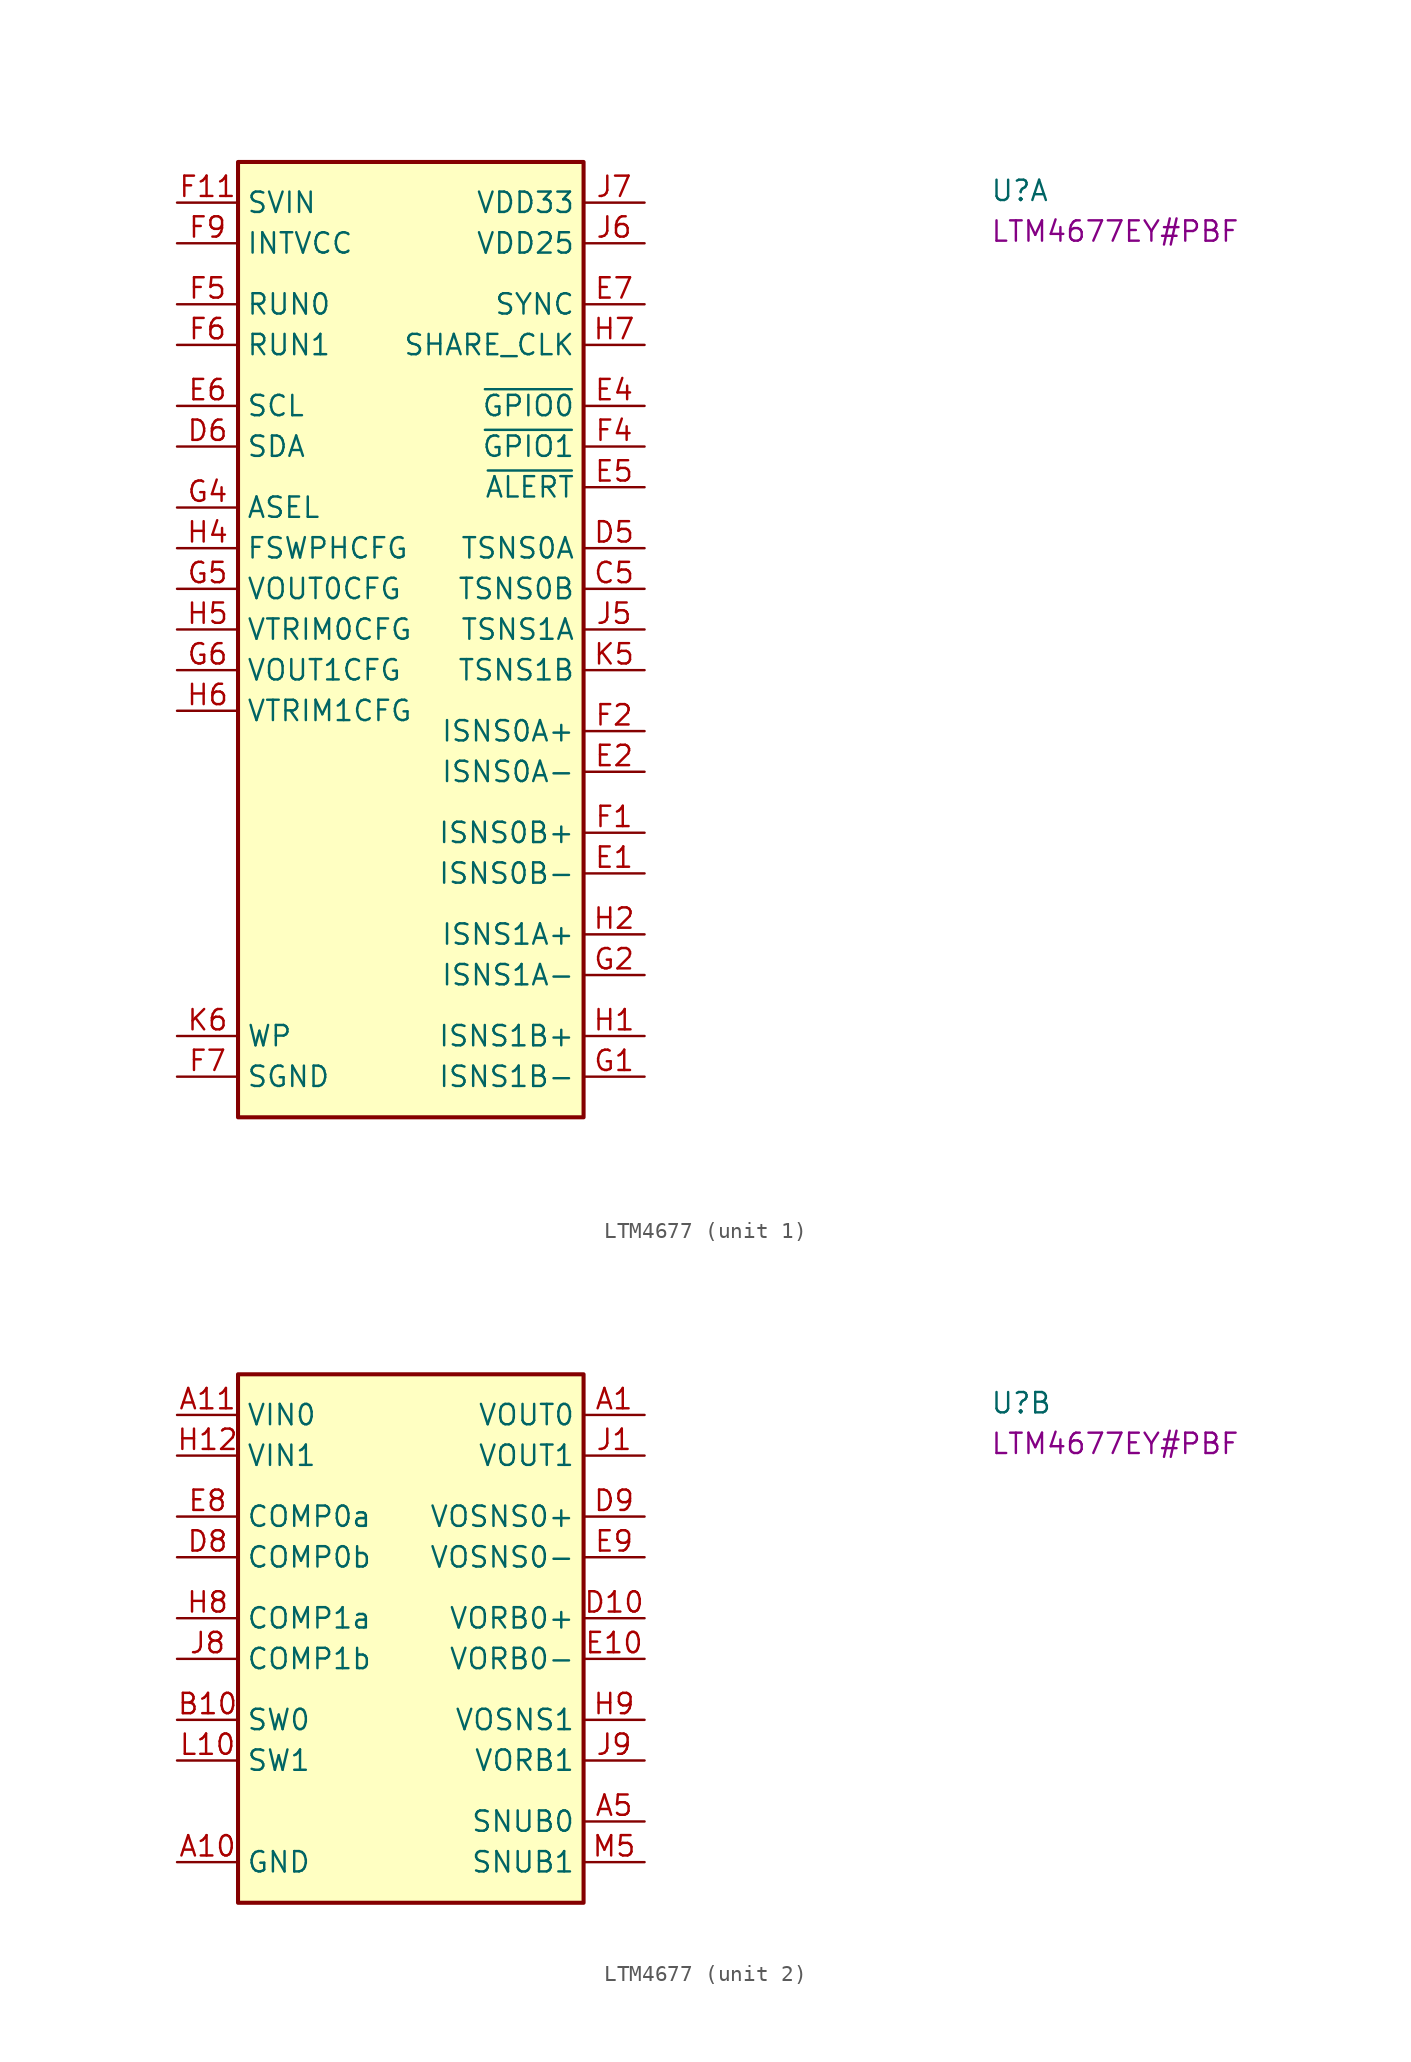
<source format=kicad_sym>
(kicad_symbol_lib
  (version 20220914)
  (generator kicad_symbol_editor)
  (symbol "LTM4677"
    (property "Reference" "U"
      (at 50.8 0 0)
      (effects (font (size 1.27 1.27) (thickness 0.15)) (justify left bottom)))
    (property "MPN" "LTM4677EY#PBF"
      (at 50.8 -2.54 0)
      (effects (font (size 1.27 1.27) (thickness 0.15)) (justify left bottom)))
    (property "ki_locked" ""
      (at 0 0 0)
      (effects (font (size 1.27 1.27))))
    (symbol "LTM4677_1_1"
      (rectangle (start 3.81 2.54) (end 25.4 -57.15) (stroke (width 0.254) (type default)) (fill (type background)))
      (pin no_connect line (at 3.81 -34.29 0) (length 3.81) hide (name "DNC" (effects (font (size 1.27 1.27)))) (number "C10" (effects (font (size 1.27 1.27)))))
      (pin passive line (at 29.21 -24.13 180) (length 3.81) (name "TSNS0B" (effects (font (size 1.27 1.27)))) (number "C5" (effects (font (size 1.27 1.27)))))
      (pin passive line (at 29.21 -21.59 180) (length 3.81) (name "TSNS0A" (effects (font (size 1.27 1.27)))) (number "D5" (effects (font (size 1.27 1.27)))))
      (pin bidirectional line (at 0 -15.24 0) (length 3.81) (name "SDA" (effects (font (size 1.27 1.27)))) (number "D6" (effects (font (size 1.27 1.27)))))
      (pin passive line (at 29.21 -41.91 180) (length 3.81) (name "ISNS0B-" (effects (font (size 1.27 1.27)))) (number "E1" (effects (font (size 1.27 1.27)))))
      (pin no_connect line (at 3.81 -35.56 0) (length 3.81) hide (name "DNC" (effects (font (size 1.27 1.27)))) (number "E11" (effects (font (size 1.27 1.27)))))
      (pin passive line (at 29.21 -35.56 180) (length 3.81) (name "ISNS0A-" (effects (font (size 1.27 1.27)))) (number "E2" (effects (font (size 1.27 1.27)))))
      (pin bidirectional line (at 29.21 -12.7 180) (length 3.81) (name "~{GPIO0}" (effects (font (size 1.27 1.27)))) (number "E4" (effects (font (size 1.27 1.27)))))
      (pin bidirectional line (at 29.21 -17.78 180) (length 3.81) (name "~{ALERT}" (effects (font (size 1.27 1.27)))) (number "E5" (effects (font (size 1.27 1.27)))))
      (pin input line (at 0 -12.7 0) (length 3.81) (name "SCL" (effects (font (size 1.27 1.27)))) (number "E6" (effects (font (size 1.27 1.27)))))
      (pin bidirectional line (at 29.21 -6.35 180) (length 3.81) (name "SYNC" (effects (font (size 1.27 1.27)))) (number "E7" (effects (font (size 1.27 1.27)))))
      (pin passive line (at 29.21 -39.37 180) (length 3.81) (name "ISNS0B+" (effects (font (size 1.27 1.27)))) (number "F1" (effects (font (size 1.27 1.27)))))
      (pin input line (at 0 0 0) (length 3.81) (name "SVIN" (effects (font (size 1.27 1.27)))) (number "F11" (effects (font (size 1.27 1.27)))))
      (pin passive line (at 0 0 0) (length 3.81) hide (name "SVIN" (effects (font (size 1.27 1.27)))) (number "F12" (effects (font (size 1.27 1.27)))))
      (pin passive line (at 29.21 -33.02 180) (length 3.81) (name "ISNS0A+" (effects (font (size 1.27 1.27)))) (number "F2" (effects (font (size 1.27 1.27)))))
      (pin bidirectional line (at 29.21 -15.24 180) (length 3.81) (name "~{GPIO1}" (effects (font (size 1.27 1.27)))) (number "F4" (effects (font (size 1.27 1.27)))))
      (pin bidirectional line (at 0 -6.35 0) (length 3.81) (name "RUN0" (effects (font (size 1.27 1.27)))) (number "F5" (effects (font (size 1.27 1.27)))))
      (pin bidirectional line (at 0 -8.89 0) (length 3.81) (name "RUN1" (effects (font (size 1.27 1.27)))) (number "F6" (effects (font (size 1.27 1.27)))))
      (pin power_in line (at 0 -54.61 0) (length 3.81) (name "SGND" (effects (font (size 1.27 1.27)))) (number "F7" (effects (font (size 1.27 1.27)))))
      (pin passive line (at 0 -54.61 0) (length 3.81) hide (name "SGND" (effects (font (size 1.27 1.27)))) (number "F8" (effects (font (size 1.27 1.27)))))
      (pin power_in line (at 0 -2.54 0) (length 3.81) (name "INTVCC" (effects (font (size 1.27 1.27)))) (number "F9" (effects (font (size 1.27 1.27)))))
      (pin passive line (at 29.21 -54.61 180) (length 3.81) (name "ISNS1B-" (effects (font (size 1.27 1.27)))) (number "G1" (effects (font (size 1.27 1.27)))))
      (pin passive line (at 29.21 -48.26 180) (length 3.81) (name "ISNS1A-" (effects (font (size 1.27 1.27)))) (number "G2" (effects (font (size 1.27 1.27)))))
      (pin passive line (at 0 -19.05 0) (length 3.81) (name "ASEL" (effects (font (size 1.27 1.27)))) (number "G4" (effects (font (size 1.27 1.27)))))
      (pin passive line (at 0 -24.13 0) (length 3.81) (name "VOUT0CFG" (effects (font (size 1.27 1.27)))) (number "G5" (effects (font (size 1.27 1.27)))))
      (pin passive line (at 0 -29.21 0) (length 3.81) (name "VOUT1CFG" (effects (font (size 1.27 1.27)))) (number "G6" (effects (font (size 1.27 1.27)))))
      (pin passive line (at 0 -54.61 0) (length 3.81) hide (name "SGND" (effects (font (size 1.27 1.27)))) (number "G7" (effects (font (size 1.27 1.27)))))
      (pin passive line (at 0 -54.61 0) (length 3.81) hide (name "SGND" (effects (font (size 1.27 1.27)))) (number "G8" (effects (font (size 1.27 1.27)))))
      (pin passive line (at 0 -2.54 0) (length 3.81) hide (name "INTVCC" (effects (font (size 1.27 1.27)))) (number "G9" (effects (font (size 1.27 1.27)))))
      (pin passive line (at 29.21 -52.07 180) (length 3.81) (name "ISNS1B+" (effects (font (size 1.27 1.27)))) (number "H1" (effects (font (size 1.27 1.27)))))
      (pin no_connect line (at 3.81 -36.83 0) (length 3.81) hide (name "DNC" (effects (font (size 1.27 1.27)))) (number "H11" (effects (font (size 1.27 1.27)))))
      (pin passive line (at 29.21 -45.72 180) (length 3.81) (name "ISNS1A+" (effects (font (size 1.27 1.27)))) (number "H2" (effects (font (size 1.27 1.27)))))
      (pin passive line (at 0 -21.59 0) (length 3.81) (name "FSWPHCFG" (effects (font (size 1.27 1.27)))) (number "H4" (effects (font (size 1.27 1.27)))))
      (pin passive line (at 0 -26.67 0) (length 3.81) (name "VTRIM0CFG" (effects (font (size 1.27 1.27)))) (number "H5" (effects (font (size 1.27 1.27)))))
      (pin passive line (at 0 -31.75 0) (length 3.81) (name "VTRIM1CFG" (effects (font (size 1.27 1.27)))) (number "H6" (effects (font (size 1.27 1.27)))))
      (pin bidirectional line (at 29.21 -8.89 180) (length 3.81) (name "SHARE_CLK" (effects (font (size 1.27 1.27)))) (number "H7" (effects (font (size 1.27 1.27)))))
      (pin passive line (at 29.21 -26.67 180) (length 3.81) (name "TSNS1A" (effects (font (size 1.27 1.27)))) (number "J5" (effects (font (size 1.27 1.27)))))
      (pin output line (at 29.21 -2.54 180) (length 3.81) (name "VDD25" (effects (font (size 1.27 1.27)))) (number "J6" (effects (font (size 1.27 1.27)))))
      (pin output line (at 29.21 0 180) (length 3.81) (name "VDD33" (effects (font (size 1.27 1.27)))) (number "J7" (effects (font (size 1.27 1.27)))))
      (pin no_connect line (at 3.81 -38.1 0) (length 3.81) hide (name "DNC" (effects (font (size 1.27 1.27)))) (number "K10" (effects (font (size 1.27 1.27)))))
      (pin passive line (at 29.21 -29.21 180) (length 3.81) (name "TSNS1B" (effects (font (size 1.27 1.27)))) (number "K5" (effects (font (size 1.27 1.27)))))
      (pin passive line (at 0 -52.07 0) (length 3.81) (name "WP" (effects (font (size 1.27 1.27)))) (number "K6" (effects (font (size 1.27 1.27))))))
    (symbol "LTM4677_2_1"
      (rectangle (start 3.81 2.54) (end 25.4 -30.48) (stroke (width 0.254) (type default)) (fill (type background)))
      (pin power_in line (at 29.21 0 180) (length 3.81) (name "VOUT0" (effects (font (size 1.27 1.27)))) (number "A1" (effects (font (size 1.27 1.27)))))
      (pin power_in line (at 0 -27.94 0) (length 3.81) (name "GND" (effects (font (size 1.27 1.27)))) (number "A10" (effects (font (size 1.27 1.27)))))
      (pin input line (at 0 0 0) (length 3.81) (name "VIN0" (effects (font (size 1.27 1.27)))) (number "A11" (effects (font (size 1.27 1.27)))))
      (pin passive line (at 0 0 0) (length 3.81) hide (name "VIN0" (effects (font (size 1.27 1.27)))) (number "A12" (effects (font (size 1.27 1.27)))))
      (pin passive line (at 29.21 0 180) (length 3.81) hide (name "VOUT0" (effects (font (size 1.27 1.27)))) (number "A2" (effects (font (size 1.27 1.27)))))
      (pin passive line (at 29.21 0 180) (length 3.81) hide (name "VOUT0" (effects (font (size 1.27 1.27)))) (number "A3" (effects (font (size 1.27 1.27)))))
      (pin passive line (at 0 -27.94 0) (length 3.81) hide (name "GND" (effects (font (size 1.27 1.27)))) (number "A4" (effects (font (size 1.27 1.27)))))
      (pin passive line (at 29.21 -25.4 180) (length 3.81) (name "SNUB0" (effects (font (size 1.27 1.27)))) (number "A5" (effects (font (size 1.27 1.27)))))
      (pin passive line (at 0 -27.94 0) (length 3.81) hide (name "GND" (effects (font (size 1.27 1.27)))) (number "A6" (effects (font (size 1.27 1.27)))))
      (pin passive line (at 0 -27.94 0) (length 3.81) hide (name "GND" (effects (font (size 1.27 1.27)))) (number "A7" (effects (font (size 1.27 1.27)))))
      (pin passive line (at 0 -27.94 0) (length 3.81) hide (name "GND" (effects (font (size 1.27 1.27)))) (number "A8" (effects (font (size 1.27 1.27)))))
      (pin passive line (at 0 -27.94 0) (length 3.81) hide (name "GND" (effects (font (size 1.27 1.27)))) (number "A9" (effects (font (size 1.27 1.27)))))
      (pin passive line (at 29.21 0 180) (length 3.81) hide (name "VOUT0" (effects (font (size 1.27 1.27)))) (number "B1" (effects (font (size 1.27 1.27)))))
      (pin passive line (at 0 -19.05 0) (length 3.81) (name "SW0" (effects (font (size 1.27 1.27)))) (number "B10" (effects (font (size 1.27 1.27)))))
      (pin passive line (at 0 0 0) (length 3.81) hide (name "VIN0" (effects (font (size 1.27 1.27)))) (number "B11" (effects (font (size 1.27 1.27)))))
      (pin passive line (at 0 0 0) (length 3.81) hide (name "VIN0" (effects (font (size 1.27 1.27)))) (number "B12" (effects (font (size 1.27 1.27)))))
      (pin passive line (at 29.21 0 180) (length 3.81) hide (name "VOUT0" (effects (font (size 1.27 1.27)))) (number "B2" (effects (font (size 1.27 1.27)))))
      (pin passive line (at 29.21 0 180) (length 3.81) hide (name "VOUT0" (effects (font (size 1.27 1.27)))) (number "B3" (effects (font (size 1.27 1.27)))))
      (pin passive line (at 0 -27.94 0) (length 3.81) hide (name "GND" (effects (font (size 1.27 1.27)))) (number "B4" (effects (font (size 1.27 1.27)))))
      (pin passive line (at 0 -27.94 0) (length 3.81) hide (name "GND" (effects (font (size 1.27 1.27)))) (number "B5" (effects (font (size 1.27 1.27)))))
      (pin passive line (at 0 -27.94 0) (length 3.81) hide (name "GND" (effects (font (size 1.27 1.27)))) (number "B6" (effects (font (size 1.27 1.27)))))
      (pin passive line (at 0 -27.94 0) (length 3.81) hide (name "GND" (effects (font (size 1.27 1.27)))) (number "B7" (effects (font (size 1.27 1.27)))))
      (pin passive line (at 0 -27.94 0) (length 3.81) hide (name "GND" (effects (font (size 1.27 1.27)))) (number "B8" (effects (font (size 1.27 1.27)))))
      (pin passive line (at 0 -27.94 0) (length 3.81) hide (name "GND" (effects (font (size 1.27 1.27)))) (number "B9" (effects (font (size 1.27 1.27)))))
      (pin passive line (at 29.21 0 180) (length 3.81) hide (name "VOUT0" (effects (font (size 1.27 1.27)))) (number "C1" (effects (font (size 1.27 1.27)))))
      (pin passive line (at 0 0 0) (length 3.81) hide (name "VIN0" (effects (font (size 1.27 1.27)))) (number "C11" (effects (font (size 1.27 1.27)))))
      (pin passive line (at 0 0 0) (length 3.81) hide (name "VIN0" (effects (font (size 1.27 1.27)))) (number "C12" (effects (font (size 1.27 1.27)))))
      (pin passive line (at 29.21 0 180) (length 3.81) hide (name "VOUT0" (effects (font (size 1.27 1.27)))) (number "C2" (effects (font (size 1.27 1.27)))))
      (pin passive line (at 29.21 0 180) (length 3.81) hide (name "VOUT0" (effects (font (size 1.27 1.27)))) (number "C3" (effects (font (size 1.27 1.27)))))
      (pin passive line (at 0 -27.94 0) (length 3.81) hide (name "GND" (effects (font (size 1.27 1.27)))) (number "C4" (effects (font (size 1.27 1.27)))))
      (pin passive line (at 0 -27.94 0) (length 3.81) hide (name "GND" (effects (font (size 1.27 1.27)))) (number "C6" (effects (font (size 1.27 1.27)))))
      (pin passive line (at 0 -27.94 0) (length 3.81) hide (name "GND" (effects (font (size 1.27 1.27)))) (number "C7" (effects (font (size 1.27 1.27)))))
      (pin passive line (at 0 -27.94 0) (length 3.81) hide (name "GND" (effects (font (size 1.27 1.27)))) (number "C8" (effects (font (size 1.27 1.27)))))
      (pin passive line (at 0 -27.94 0) (length 3.81) hide (name "GND" (effects (font (size 1.27 1.27)))) (number "C9" (effects (font (size 1.27 1.27)))))
      (pin passive line (at 29.21 0 180) (length 3.81) hide (name "VOUT0" (effects (font (size 1.27 1.27)))) (number "D1" (effects (font (size 1.27 1.27)))))
      (pin passive line (at 29.21 -12.7 180) (length 3.81) (name "VORB0+" (effects (font (size 1.27 1.27)))) (number "D10" (effects (font (size 1.27 1.27)))))
      (pin passive line (at 0 0 0) (length 3.81) hide (name "VIN0" (effects (font (size 1.27 1.27)))) (number "D11" (effects (font (size 1.27 1.27)))))
      (pin passive line (at 0 0 0) (length 3.81) hide (name "VIN0" (effects (font (size 1.27 1.27)))) (number "D12" (effects (font (size 1.27 1.27)))))
      (pin passive line (at 29.21 0 180) (length 3.81) hide (name "VOUT0" (effects (font (size 1.27 1.27)))) (number "D2" (effects (font (size 1.27 1.27)))))
      (pin passive line (at 29.21 0 180) (length 3.81) hide (name "VOUT0" (effects (font (size 1.27 1.27)))) (number "D3" (effects (font (size 1.27 1.27)))))
      (pin passive line (at 0 -27.94 0) (length 3.81) hide (name "GND" (effects (font (size 1.27 1.27)))) (number "D4" (effects (font (size 1.27 1.27)))))
      (pin passive line (at 0 -27.94 0) (length 3.81) hide (name "GND" (effects (font (size 1.27 1.27)))) (number "D7" (effects (font (size 1.27 1.27)))))
      (pin passive line (at 0 -8.89 0) (length 3.81) (name "COMP0b" (effects (font (size 1.27 1.27)))) (number "D8" (effects (font (size 1.27 1.27)))))
      (pin input line (at 29.21 -6.35 180) (length 3.81) (name "VOSNS0+" (effects (font (size 1.27 1.27)))) (number "D9" (effects (font (size 1.27 1.27)))))
      (pin passive line (at 29.21 -15.24 180) (length 3.81) (name "VORB0-" (effects (font (size 1.27 1.27)))) (number "E10" (effects (font (size 1.27 1.27)))))
      (pin passive line (at 0 0 0) (length 3.81) hide (name "VIN0" (effects (font (size 1.27 1.27)))) (number "E12" (effects (font (size 1.27 1.27)))))
      (pin passive line (at 0 -27.94 0) (length 3.81) hide (name "GND" (effects (font (size 1.27 1.27)))) (number "E3" (effects (font (size 1.27 1.27)))))
      (pin passive line (at 0 -6.35 0) (length 3.81) (name "COMP0a" (effects (font (size 1.27 1.27)))) (number "E8" (effects (font (size 1.27 1.27)))))
      (pin input line (at 29.21 -8.89 180) (length 3.81) (name "VOSNS0-" (effects (font (size 1.27 1.27)))) (number "E9" (effects (font (size 1.27 1.27)))))
      (pin passive line (at 0 -27.94 0) (length 3.81) hide (name "GND" (effects (font (size 1.27 1.27)))) (number "F10" (effects (font (size 1.27 1.27)))))
      (pin passive line (at 0 -27.94 0) (length 3.81) hide (name "GND" (effects (font (size 1.27 1.27)))) (number "F3" (effects (font (size 1.27 1.27)))))
      (pin passive line (at 0 -27.94 0) (length 3.81) hide (name "GND" (effects (font (size 1.27 1.27)))) (number "G10" (effects (font (size 1.27 1.27)))))
      (pin passive line (at 0 -27.94 0) (length 3.81) hide (name "GND" (effects (font (size 1.27 1.27)))) (number "G11" (effects (font (size 1.27 1.27)))))
      (pin passive line (at 0 -27.94 0) (length 3.81) hide (name "GND" (effects (font (size 1.27 1.27)))) (number "G12" (effects (font (size 1.27 1.27)))))
      (pin passive line (at 0 -27.94 0) (length 3.81) hide (name "GND" (effects (font (size 1.27 1.27)))) (number "G3" (effects (font (size 1.27 1.27)))))
      (pin passive line (at 0 -27.94 0) (length 3.81) hide (name "GND" (effects (font (size 1.27 1.27)))) (number "H10" (effects (font (size 1.27 1.27)))))
      (pin input line (at 0 -2.54 0) (length 3.81) (name "VIN1" (effects (font (size 1.27 1.27)))) (number "H12" (effects (font (size 1.27 1.27)))))
      (pin passive line (at 0 -27.94 0) (length 3.81) hide (name "GND" (effects (font (size 1.27 1.27)))) (number "H3" (effects (font (size 1.27 1.27)))))
      (pin passive line (at 0 -12.7 0) (length 3.81) (name "COMP1a" (effects (font (size 1.27 1.27)))) (number "H8" (effects (font (size 1.27 1.27)))))
      (pin input line (at 29.21 -19.05 180) (length 3.81) (name "VOSNS1" (effects (font (size 1.27 1.27)))) (number "H9" (effects (font (size 1.27 1.27)))))
      (pin power_in line (at 29.21 -2.54 180) (length 3.81) (name "VOUT1" (effects (font (size 1.27 1.27)))) (number "J1" (effects (font (size 1.27 1.27)))))
      (pin passive line (at 0 -27.94 0) (length 3.81) hide (name "GND" (effects (font (size 1.27 1.27)))) (number "J10" (effects (font (size 1.27 1.27)))))
      (pin passive line (at 0 -2.54 0) (length 3.81) hide (name "VIN1" (effects (font (size 1.27 1.27)))) (number "J11" (effects (font (size 1.27 1.27)))))
      (pin passive line (at 0 -2.54 0) (length 3.81) hide (name "VIN1" (effects (font (size 1.27 1.27)))) (number "J12" (effects (font (size 1.27 1.27)))))
      (pin passive line (at 29.21 -2.54 180) (length 3.81) hide (name "VOUT1" (effects (font (size 1.27 1.27)))) (number "J2" (effects (font (size 1.27 1.27)))))
      (pin passive line (at 29.21 -2.54 180) (length 3.81) hide (name "VOUT1" (effects (font (size 1.27 1.27)))) (number "J3" (effects (font (size 1.27 1.27)))))
      (pin passive line (at 0 -27.94 0) (length 3.81) hide (name "GND" (effects (font (size 1.27 1.27)))) (number "J4" (effects (font (size 1.27 1.27)))))
      (pin passive line (at 0 -15.24 0) (length 3.81) (name "COMP1b" (effects (font (size 1.27 1.27)))) (number "J8" (effects (font (size 1.27 1.27)))))
      (pin passive line (at 29.21 -21.59 180) (length 3.81) (name "VORB1" (effects (font (size 1.27 1.27)))) (number "J9" (effects (font (size 1.27 1.27)))))
      (pin passive line (at 29.21 -2.54 180) (length 3.81) hide (name "VOUT1" (effects (font (size 1.27 1.27)))) (number "K1" (effects (font (size 1.27 1.27)))))
      (pin passive line (at 0 -2.54 0) (length 3.81) hide (name "VIN1" (effects (font (size 1.27 1.27)))) (number "K11" (effects (font (size 1.27 1.27)))))
      (pin passive line (at 0 -2.54 0) (length 3.81) hide (name "VIN1" (effects (font (size 1.27 1.27)))) (number "K12" (effects (font (size 1.27 1.27)))))
      (pin passive line (at 29.21 -2.54 180) (length 3.81) hide (name "VOUT1" (effects (font (size 1.27 1.27)))) (number "K2" (effects (font (size 1.27 1.27)))))
      (pin passive line (at 29.21 -2.54 180) (length 3.81) hide (name "VOUT1" (effects (font (size 1.27 1.27)))) (number "K3" (effects (font (size 1.27 1.27)))))
      (pin passive line (at 0 -27.94 0) (length 3.81) hide (name "GND" (effects (font (size 1.27 1.27)))) (number "K4" (effects (font (size 1.27 1.27)))))
      (pin passive line (at 0 -27.94 0) (length 3.81) hide (name "GND" (effects (font (size 1.27 1.27)))) (number "K7" (effects (font (size 1.27 1.27)))))
      (pin passive line (at 0 -27.94 0) (length 3.81) hide (name "GND" (effects (font (size 1.27 1.27)))) (number "K8" (effects (font (size 1.27 1.27)))))
      (pin passive line (at 0 -27.94 0) (length 3.81) hide (name "GND" (effects (font (size 1.27 1.27)))) (number "K9" (effects (font (size 1.27 1.27)))))
      (pin passive line (at 29.21 -2.54 180) (length 3.81) hide (name "VOUT1" (effects (font (size 1.27 1.27)))) (number "L1" (effects (font (size 1.27 1.27)))))
      (pin passive line (at 0 -21.59 0) (length 3.81) (name "SW1" (effects (font (size 1.27 1.27)))) (number "L10" (effects (font (size 1.27 1.27)))))
      (pin passive line (at 0 -2.54 0) (length 3.81) hide (name "VIN1" (effects (font (size 1.27 1.27)))) (number "L11" (effects (font (size 1.27 1.27)))))
      (pin passive line (at 0 -2.54 0) (length 3.81) hide (name "VIN1" (effects (font (size 1.27 1.27)))) (number "L12" (effects (font (size 1.27 1.27)))))
      (pin passive line (at 29.21 -2.54 180) (length 3.81) hide (name "VOUT1" (effects (font (size 1.27 1.27)))) (number "L2" (effects (font (size 1.27 1.27)))))
      (pin passive line (at 29.21 -2.54 180) (length 3.81) hide (name "VOUT1" (effects (font (size 1.27 1.27)))) (number "L3" (effects (font (size 1.27 1.27)))))
      (pin passive line (at 0 -27.94 0) (length 3.81) hide (name "GND" (effects (font (size 1.27 1.27)))) (number "L4" (effects (font (size 1.27 1.27)))))
      (pin passive line (at 0 -27.94 0) (length 3.81) hide (name "GND" (effects (font (size 1.27 1.27)))) (number "L5" (effects (font (size 1.27 1.27)))))
      (pin passive line (at 0 -27.94 0) (length 3.81) hide (name "GND" (effects (font (size 1.27 1.27)))) (number "L6" (effects (font (size 1.27 1.27)))))
      (pin passive line (at 0 -27.94 0) (length 3.81) hide (name "GND" (effects (font (size 1.27 1.27)))) (number "L7" (effects (font (size 1.27 1.27)))))
      (pin passive line (at 0 -27.94 0) (length 3.81) hide (name "GND" (effects (font (size 1.27 1.27)))) (number "L8" (effects (font (size 1.27 1.27)))))
      (pin passive line (at 0 -27.94 0) (length 3.81) hide (name "GND" (effects (font (size 1.27 1.27)))) (number "L9" (effects (font (size 1.27 1.27)))))
      (pin passive line (at 29.21 -2.54 180) (length 3.81) hide (name "VOUT1" (effects (font (size 1.27 1.27)))) (number "M1" (effects (font (size 1.27 1.27)))))
      (pin passive line (at 0 -27.94 0) (length 3.81) hide (name "GND" (effects (font (size 1.27 1.27)))) (number "M10" (effects (font (size 1.27 1.27)))))
      (pin passive line (at 0 -2.54 0) (length 3.81) hide (name "VIN1" (effects (font (size 1.27 1.27)))) (number "M11" (effects (font (size 1.27 1.27)))))
      (pin passive line (at 0 -2.54 0) (length 3.81) hide (name "VIN1" (effects (font (size 1.27 1.27)))) (number "M12" (effects (font (size 1.27 1.27)))))
      (pin passive line (at 29.21 -2.54 180) (length 3.81) hide (name "VOUT1" (effects (font (size 1.27 1.27)))) (number "M2" (effects (font (size 1.27 1.27)))))
      (pin passive line (at 29.21 -2.54 180) (length 3.81) hide (name "VOUT1" (effects (font (size 1.27 1.27)))) (number "M3" (effects (font (size 1.27 1.27)))))
      (pin passive line (at 0 -27.94 0) (length 3.81) hide (name "GND" (effects (font (size 1.27 1.27)))) (number "M4" (effects (font (size 1.27 1.27)))))
      (pin passive line (at 29.21 -27.94 180) (length 3.81) (name "SNUB1" (effects (font (size 1.27 1.27)))) (number "M5" (effects (font (size 1.27 1.27)))))
      (pin passive line (at 0 -27.94 0) (length 3.81) hide (name "GND" (effects (font (size 1.27 1.27)))) (number "M6" (effects (font (size 1.27 1.27)))))
      (pin passive line (at 0 -27.94 0) (length 3.81) hide (name "GND" (effects (font (size 1.27 1.27)))) (number "M7" (effects (font (size 1.27 1.27)))))
      (pin passive line (at 0 -27.94 0) (length 3.81) hide (name "GND" (effects (font (size 1.27 1.27)))) (number "M8" (effects (font (size 1.27 1.27)))))
      (pin passive line (at 0 -27.94 0) (length 3.81) hide (name "GND" (effects (font (size 1.27 1.27)))) (number "M9" (effects (font (size 1.27 1.27))))))))
</source>
